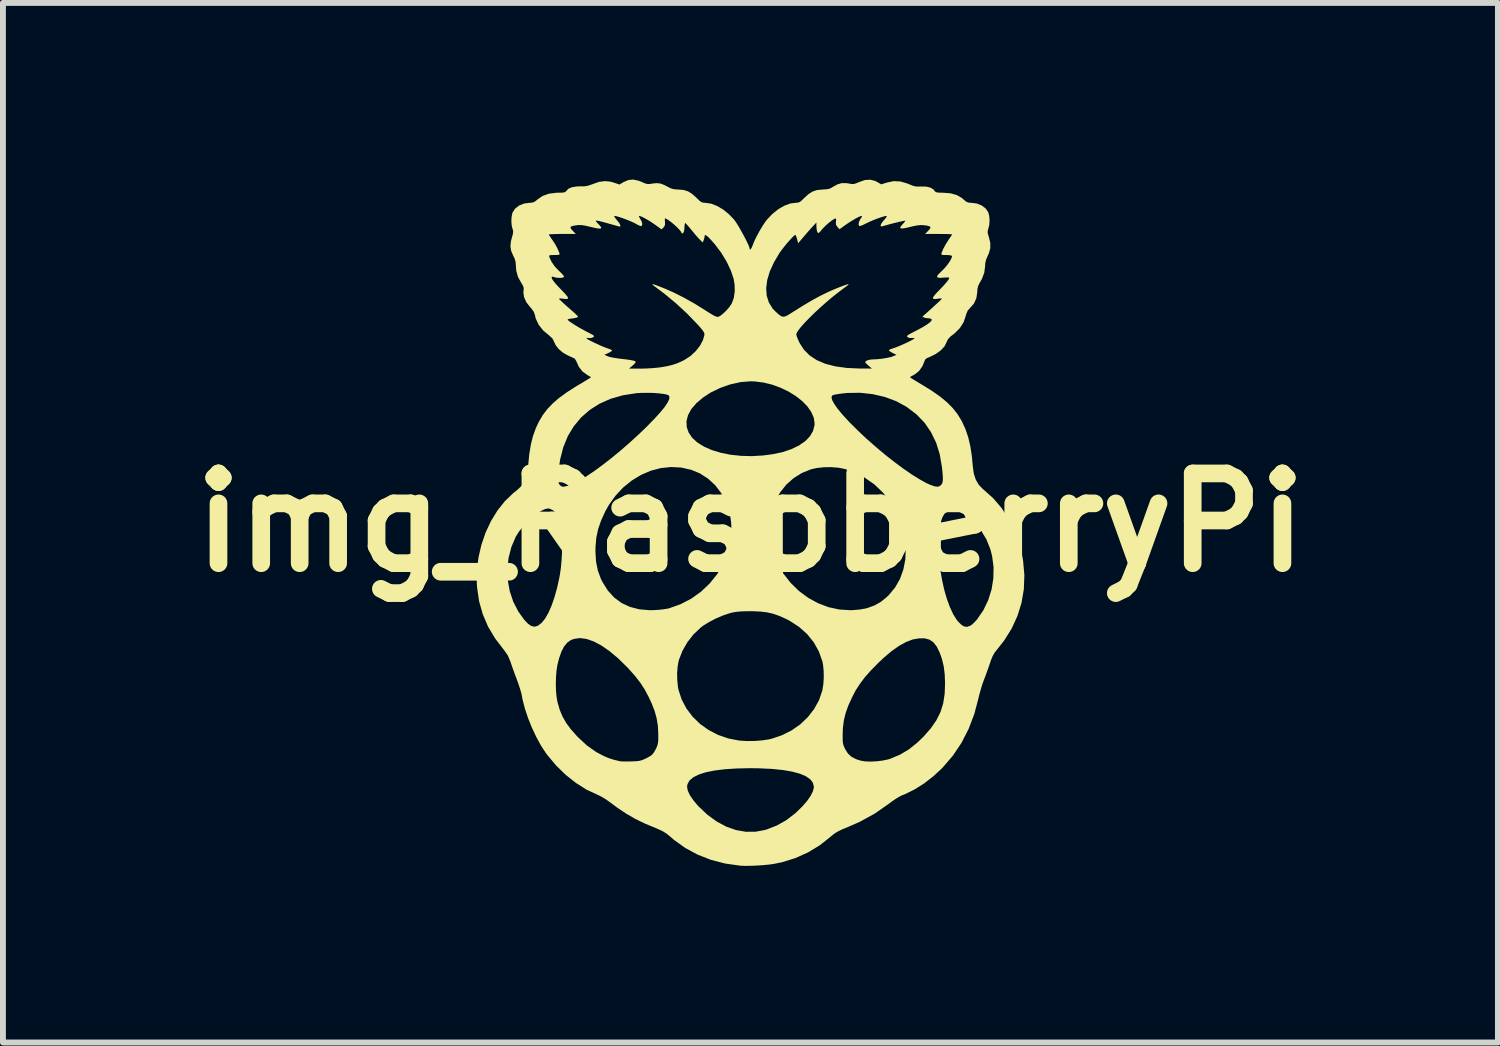
<source format=kicad_pcb>
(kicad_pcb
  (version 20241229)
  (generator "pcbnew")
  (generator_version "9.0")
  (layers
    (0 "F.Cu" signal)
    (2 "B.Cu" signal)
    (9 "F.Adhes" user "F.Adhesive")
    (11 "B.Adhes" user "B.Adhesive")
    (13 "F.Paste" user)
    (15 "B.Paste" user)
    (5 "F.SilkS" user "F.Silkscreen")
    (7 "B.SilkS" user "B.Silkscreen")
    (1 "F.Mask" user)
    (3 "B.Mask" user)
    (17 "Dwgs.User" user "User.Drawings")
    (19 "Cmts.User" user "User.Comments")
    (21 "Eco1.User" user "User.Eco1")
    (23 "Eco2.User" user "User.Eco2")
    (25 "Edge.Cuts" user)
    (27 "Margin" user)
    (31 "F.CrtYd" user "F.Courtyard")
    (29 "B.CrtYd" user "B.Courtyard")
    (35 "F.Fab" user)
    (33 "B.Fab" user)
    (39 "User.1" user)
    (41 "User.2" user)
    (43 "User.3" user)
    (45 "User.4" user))
  (footprint "img_RaspberryPi"
    (layer "F.Cu")
    (at 9.696 5.826)
    (property "Reference" "img_RaspberryPi" (at 0 0 0) (layer "F.SilkS") (effects (font (size 1.524 1.524) (thickness 0.3))))
    (attr board_only exclude_from_pos_files exclude_from_bom)
    (fp_poly (pts (xy -1.898 -5.806) (xy -1.846 -5.785) (xy -1.792 -5.762) (xy -1.753 -5.751) (xy -1.713 -5.751) (xy -1.667 -5.758) (xy -1.594 -5.766) (xy -1.529 -5.759) (xy -1.462 -5.733) (xy -1.403 -5.702) (xy -1.353 -5.677) (xy -1.303 -5.663) (xy -1.239 -5.657) (xy -1.222 -5.657) (xy -1.134 -5.649) (xy -1.06 -5.626) (xy -0.991 -5.583) (xy -0.918 -5.518) (xy -0.911 -5.511) (xy -0.868 -5.469) (xy -0.836 -5.445) (xy -0.805 -5.434) (xy -0.767 -5.431) (xy -0.763 -5.431) (xy -0.668 -5.417) (xy -0.567 -5.378) (xy -0.463 -5.317) (xy -0.365 -5.237) (xy -0.278 -5.146) (xy -0.248 -5.104) (xy -0.21 -5.045) (xy -0.169 -4.974) (xy -0.127 -4.899) (xy -0.088 -4.825) (xy -0.054 -4.757) (xy -0.029 -4.702) (xy -0.017 -4.666) (xy -0.016 -4.658) (xy -0.01 -4.638) (xy 0.004 -4.643) (xy 0.02 -4.668) (xy 0.032 -4.696) (xy 0.059 -4.766) (xy 0.099 -4.851) (xy 0.148 -4.942) (xy 0.2 -5.03) (xy 0.249 -5.105) (xy 0.279 -5.144) (xy 0.371 -5.241) (xy 0.471 -5.322) (xy 0.575 -5.382) (xy 0.678 -5.42) (xy 0.763 -5.431) (xy 0.803 -5.434) (xy 0.834 -5.444) (xy 0.865 -5.466) (xy 0.907 -5.507) (xy 0.911 -5.511) (xy 0.984 -5.578) (xy 1.053 -5.622) (xy 1.125 -5.647) (xy 1.211 -5.656) (xy 1.224 -5.657) (xy 1.291 -5.661) (xy 1.339 -5.67) (xy 1.38 -5.689) (xy 1.395 -5.699) (xy 1.476 -5.744) (xy 1.55 -5.766) (xy 1.627 -5.766) (xy 1.664 -5.76) (xy 1.716 -5.751) (xy 1.755 -5.751) (xy 1.794 -5.762) (xy 1.843 -5.783) (xy 1.943 -5.818) (xy 2.034 -5.824) (xy 2.117 -5.803) (xy 2.151 -5.786) (xy 2.221 -5.745) (xy 2.32 -5.776) (xy 2.434 -5.799) (xy 2.546 -5.794) (xy 2.662 -5.76) (xy 2.696 -5.746) (xy 2.758 -5.721) (xy 2.807 -5.709) (xy 2.861 -5.707) (xy 2.89 -5.708) (xy 2.983 -5.707) (xy 3.058 -5.689) (xy 3.111 -5.656) (xy 3.123 -5.64) (xy 3.138 -5.621) (xy 3.158 -5.61) (xy 3.19 -5.605) (xy 3.243 -5.603) (xy 3.268 -5.603) (xy 3.398 -5.593) (xy 3.505 -5.563) (xy 3.592 -5.512) (xy 3.616 -5.491) (xy 3.659 -5.454) (xy 3.697 -5.436) (xy 3.74 -5.432) (xy 3.742 -5.432) (xy 3.842 -5.42) (xy 3.928 -5.386) (xy 3.996 -5.334) (xy 4.041 -5.266) (xy 4.041 -5.266) (xy 4.056 -5.203) (xy 4.061 -5.126) (xy 4.054 -5.047) (xy 4.04 -4.993) (xy 4.029 -4.955) (xy 4.029 -4.92) (xy 4.041 -4.875) (xy 4.048 -4.853) (xy 4.073 -4.752) (xy 4.073 -4.661) (xy 4.048 -4.571) (xy 4.031 -4.535) (xy 4.001 -4.464) (xy 3.987 -4.4) (xy 3.985 -4.354) (xy 3.971 -4.246) (xy 3.931 -4.138) (xy 3.892 -4.07) (xy 3.866 -4.019) (xy 3.854 -3.962) (xy 3.852 -3.914) (xy 3.836 -3.809) (xy 3.794 -3.718) (xy 3.73 -3.646) (xy 3.689 -3.6) (xy 3.665 -3.542) (xy 3.659 -3.519) (xy 3.621 -3.405) (xy 3.557 -3.304) (xy 3.465 -3.212) (xy 3.4 -3.163) (xy 3.355 -3.116) (xy 3.333 -3.069) (xy 3.296 -2.994) (xy 3.231 -2.924) (xy 3.144 -2.862) (xy 3.038 -2.81) (xy 3 -2.796) (xy 2.971 -2.774) (xy 2.963 -2.759) (xy 2.92 -2.655) (xy 2.864 -2.576) (xy 2.792 -2.518) (xy 2.768 -2.505) (xy 2.731 -2.485) (xy 2.71 -2.471) (xy 2.708 -2.469) (xy 2.721 -2.46) (xy 2.756 -2.437) (xy 2.809 -2.405) (xy 2.875 -2.365) (xy 2.924 -2.336) (xy 3.088 -2.234) (xy 3.225 -2.137) (xy 3.339 -2.043) (xy 3.435 -1.946) (xy 3.514 -1.846) (xy 3.581 -1.737) (xy 3.594 -1.713) (xy 3.653 -1.584) (xy 3.699 -1.448) (xy 3.734 -1.298) (xy 3.76 -1.129) (xy 3.775 -0.967) (xy 3.792 -0.837) (xy 3.826 -0.731) (xy 3.877 -0.643) (xy 3.948 -0.569) (xy 3.966 -0.554) (xy 4.124 -0.413) (xy 4.265 -0.248) (xy 4.386 -0.062) (xy 4.487 0.143) (xy 4.566 0.362) (xy 4.621 0.594) (xy 4.631 0.654) (xy 4.652 0.894) (xy 4.643 1.131) (xy 4.604 1.361) (xy 4.535 1.584) (xy 4.437 1.798) (xy 4.311 2) (xy 4.19 2.154) (xy 4.146 2.209) (xy 4.113 2.268) (xy 4.083 2.341) (xy 4.072 2.375) (xy 4.045 2.454) (xy 4.012 2.546) (xy 3.979 2.636) (xy 3.966 2.669) (xy 3.935 2.755) (xy 3.906 2.853) (xy 3.881 2.944) (xy 3.874 2.976) (xy 3.803 3.247) (xy 3.706 3.502) (xy 3.585 3.739) (xy 3.438 3.958) (xy 3.267 4.157) (xy 3.253 4.172) (xy 3.105 4.309) (xy 2.948 4.431) (xy 2.787 4.532) (xy 2.629 4.61) (xy 2.576 4.631) (xy 2.533 4.652) (xy 2.473 4.688) (xy 2.406 4.733) (xy 2.342 4.781) (xy 2.111 4.942) (xy 1.858 5.081) (xy 1.658 5.169) (xy 1.568 5.206) (xy 1.501 5.237) (xy 1.449 5.267) (xy 1.403 5.299) (xy 1.362 5.334) (xy 1.179 5.479) (xy 0.978 5.601) (xy 0.762 5.698) (xy 0.537 5.768) (xy 0.405 5.795) (xy 0.316 5.808) (xy 0.211 5.818) (xy 0.1 5.825) (xy -0.008 5.829) (xy -0.103 5.83) (xy -0.171 5.827) (xy -0.428 5.791) (xy -0.67 5.728) (xy -0.896 5.64) (xy -1.106 5.527) (xy -1.297 5.39) (xy -1.363 5.333) (xy -1.428 5.28) (xy -1.497 5.238) (xy -1.581 5.2) (xy -1.596 5.193) (xy -1.787 5.114) (xy -1.955 5.033) (xy -2.109 4.944) (xy -2.259 4.844) (xy -2.358 4.77) (xy -2.46 4.697) (xy -2.555 4.642) (xy -2.607 4.618) (xy -2.787 4.534) (xy -2.856 4.49) (xy -1.077 4.49) (xy -1.064 4.554) (xy -1.028 4.631) (xy -0.969 4.717) (xy -0.891 4.81) (xy -0.881 4.821) (xy -0.73 4.963) (xy -0.573 5.077) (xy -0.411 5.164) (xy -0.245 5.222) (xy -0.079 5.251) (xy 0.088 5.25) (xy 0.252 5.219) (xy 0.272 5.213) (xy 0.447 5.145) (xy 0.609 5.054) (xy 0.762 4.936) (xy 0.881 4.821) (xy 0.961 4.728) (xy 1.022 4.641) (xy 1.061 4.562) (xy 1.077 4.497) (xy 1.077 4.49) (xy 1.062 4.421) (xy 1.017 4.361) (xy 0.943 4.309) (xy 0.84 4.265) (xy 0.708 4.229) (xy 0.548 4.202) (xy 0.36 4.183) (xy 0.144 4.173) (xy -0.01 4.171) (xy -0.237 4.176) (xy -0.438 4.189) (xy -0.613 4.211) (xy -0.761 4.241) (xy -0.881 4.28) (xy -0.973 4.327) (xy -1.037 4.382) (xy -1.071 4.445) (xy -1.077 4.49) (xy -2.856 4.49) (xy -2.965 4.421) (xy -3.138 4.284) (xy -3.301 4.125) (xy -3.45 3.947) (xy -3.475 3.914) (xy -3.556 3.79) (xy -3.636 3.644) (xy -3.711 3.485) (xy -3.777 3.321) (xy -3.831 3.16) (xy -3.87 3.009) (xy -3.884 2.934) (xy -3.894 2.889) (xy -3.913 2.824) (xy -3.938 2.749) (xy -3.306 2.749) (xy -3.302 2.869) (xy -3.291 2.976) (xy -3.277 3.05) (xy -3.24 3.179) (xy -3.192 3.293) (xy -3.131 3.401) (xy -3.051 3.509) (xy -2.95 3.623) (xy -2.93 3.644) (xy -2.777 3.786) (xy -2.618 3.898) (xy -2.486 3.967) (xy -2.428 3.992) (xy -2.372 4.012) (xy -2.308 4.031) (xy -2.224 4.051) (xy -2.218 4.053) (xy -2.19 4.056) (xy -2.138 4.057) (xy -2.073 4.057) (xy -2.027 4.056) (xy -1.951 4.053) (xy -1.896 4.048) (xy -1.853 4.038) (xy -1.81 4.021) (xy -1.763 3.999) (xy -1.706 3.968) (xy -1.669 3.94) (xy -1.641 3.906) (xy -1.613 3.857) (xy -1.611 3.853) (xy -1.591 3.811) (xy -1.578 3.776) (xy -1.57 3.739) (xy -1.566 3.692) (xy -1.566 3.626) (xy -1.566 3.581) (xy -1.573 3.449) (xy -1.593 3.326) (xy -1.627 3.201) (xy -1.679 3.068) (xy -1.728 2.963) (xy -1.796 2.835) (xy -1.874 2.715) (xy -1.969 2.594) (xy -1.997 2.563) (xy -1.246 2.563) (xy -1.243 2.68) (xy -1.232 2.789) (xy -1.222 2.84) (xy -1.169 3.004) (xy -1.088 3.157) (xy -0.983 3.296) (xy -0.857 3.418) (xy -0.712 3.522) (xy -0.55 3.606) (xy -0.376 3.666) (xy -0.19 3.702) (xy -0.187 3.702) (xy -0.065 3.71) (xy 0.068 3.709) (xy 0.199 3.699) (xy 0.317 3.681) (xy 0.355 3.672) (xy 0.392 3.66) (xy 1.566 3.66) (xy 1.567 3.716) (xy 1.573 3.757) (xy 1.583 3.792) (xy 1.6 3.83) (xy 1.611 3.853) (xy 1.657 3.924) (xy 1.717 3.978) (xy 1.797 4.019) (xy 1.868 4.042) (xy 1.943 4.055) (xy 2.038 4.059) (xy 2.143 4.054) (xy 2.247 4.041) (xy 2.342 4.021) (xy 2.38 4.009) (xy 2.541 3.941) (xy 2.69 3.852) (xy 2.834 3.737) (xy 2.942 3.632) (xy 3.064 3.493) (xy 3.158 3.357) (xy 3.227 3.218) (xy 3.273 3.072) (xy 3.298 2.911) (xy 3.305 2.731) (xy 3.299 2.575) (xy 3.282 2.439) (xy 3.252 2.315) (xy 3.214 2.208) (xy 3.165 2.107) (xy 3.108 2.034) (xy 3.041 1.988) (xy 2.961 1.966) (xy 2.868 1.965) (xy 2.758 1.984) (xy 2.644 2.027) (xy 2.524 2.093) (xy 2.396 2.183) (xy 2.259 2.3) (xy 2.173 2.381) (xy 2.048 2.508) (xy 1.944 2.625) (xy 1.859 2.738) (xy 1.786 2.851) (xy 1.728 2.963) (xy 1.662 3.107) (xy 1.616 3.237) (xy 1.586 3.36) (xy 1.57 3.485) (xy 1.566 3.581) (xy 1.566 3.66) (xy 0.392 3.66) (xy 0.534 3.612) (xy 0.699 3.529) (xy 0.847 3.426) (xy 0.975 3.303) (xy 1.082 3.165) (xy 1.165 3.014) (xy 1.22 2.852) (xy 1.222 2.842) (xy 1.238 2.744) (xy 1.245 2.632) (xy 1.243 2.519) (xy 1.233 2.415) (xy 1.222 2.358) (xy 1.162 2.189) (xy 1.075 2.033) (xy 0.962 1.893) (xy 0.825 1.771) (xy 0.665 1.667) (xy 0.615 1.641) (xy 0.499 1.588) (xy 0.392 1.55) (xy 0.286 1.525) (xy 0.17 1.511) (xy 0.036 1.505) (xy 0 1.505) (xy -0.103 1.506) (xy -0.183 1.51) (xy -0.249 1.517) (xy -0.31 1.528) (xy -0.35 1.538) (xy -0.461 1.575) (xy -0.58 1.625) (xy -0.696 1.685) (xy -0.798 1.747) (xy -0.843 1.781) (xy -0.965 1.896) (xy -1.071 2.031) (xy -1.156 2.179) (xy -1.216 2.334) (xy -1.222 2.358) (xy -1.238 2.452) (xy -1.246 2.563) (xy -1.997 2.563) (xy -2.083 2.467) (xy -2.097 2.453) (xy -2.248 2.305) (xy -2.394 2.183) (xy -2.532 2.087) (xy -2.663 2.018) (xy -2.784 1.976) (xy -2.896 1.961) (xy -2.997 1.975) (xy -3.051 1.996) (xy -3.112 2.039) (xy -3.165 2.103) (xy -3.21 2.19) (xy -3.25 2.303) (xy -3.279 2.419) (xy -3.294 2.514) (xy -3.303 2.628) (xy -3.306 2.749) (xy -3.938 2.749) (xy -3.938 2.747) (xy -3.967 2.667) (xy -3.969 2.661) (xy -4.001 2.577) (xy -4.032 2.491) (xy -4.059 2.415) (xy -4.078 2.358) (xy -4.12 2.259) (xy -4.18 2.171) (xy -4.187 2.163) (xy -4.337 1.967) (xy -4.457 1.766) (xy -4.547 1.555) (xy -4.609 1.335) (xy -4.643 1.103) (xy -4.648 1.027) (xy -4.646 0.807) (xy -4.644 0.791) (xy -4.129 0.791) (xy -4.122 0.98) (xy -4.088 1.165) (xy -4.029 1.343) (xy -3.943 1.51) (xy -3.84 1.653) (xy -3.776 1.72) (xy -3.718 1.758) (xy -3.663 1.768) (xy -3.608 1.75) (xy -3.549 1.705) (xy -3.544 1.7) (xy -3.487 1.629) (xy -3.431 1.531) (xy -3.377 1.408) (xy -3.328 1.265) (xy -3.283 1.104) (xy -3.245 0.93) (xy -3.236 0.878) (xy -3.22 0.77) (xy -3.209 0.649) (xy -3.201 0.519) (xy -3.201 0.49) (xy -2.633 0.49) (xy -2.623 0.66) (xy -2.593 0.812) (xy -2.54 0.956) (xy -2.512 1.012) (xy -2.421 1.156) (xy -2.313 1.274) (xy -2.188 1.366) (xy -2.046 1.432) (xy -1.887 1.473) (xy -1.71 1.488) (xy -1.634 1.486) (xy -1.554 1.481) (xy -1.476 1.472) (xy -1.41 1.462) (xy -1.384 1.456) (xy -1.189 1.387) (xy -1.008 1.293) (xy -0.841 1.174) (xy -0.693 1.034) (xy -0.565 0.875) (xy -0.461 0.701) (xy -0.382 0.513) (xy -0.357 0.428) (xy -0.333 0.3) (xy -0.323 0.156) (xy -0.324 0.125) (xy 0.318 0.125) (xy 0.332 0.303) (xy 0.374 0.483) (xy 0.383 0.511) (xy 0.46 0.698) (xy 0.561 0.869) (xy 0.683 1.024) (xy 0.823 1.161) (xy 0.978 1.276) (xy 1.146 1.368) (xy 1.324 1.436) (xy 1.509 1.476) (xy 1.698 1.488) (xy 1.728 1.487) (xy 1.85 1.477) (xy 1.954 1.459) (xy 1.994 1.448) (xy 2.111 1.405) (xy 2.21 1.349) (xy 2.303 1.275) (xy 2.35 1.231) (xy 2.457 1.101) (xy 2.54 0.955) (xy 2.597 0.796) (xy 2.63 0.626) (xy 2.637 0.449) (xy 2.637 0.442) (xy 3.194 0.442) (xy 3.203 0.617) (xy 3.223 0.794) (xy 3.253 0.969) (xy 3.29 1.137) (xy 3.335 1.294) (xy 3.387 1.435) (xy 3.443 1.556) (xy 3.503 1.652) (xy 3.529 1.683) (xy 3.585 1.738) (xy 3.634 1.766) (xy 3.681 1.77) (xy 3.733 1.752) (xy 3.735 1.751) (xy 3.768 1.727) (xy 3.81 1.687) (xy 3.85 1.642) (xy 3.956 1.488) (xy 4.038 1.317) (xy 4.095 1.136) (xy 4.125 0.947) (xy 4.129 0.756) (xy 4.104 0.567) (xy 4.076 0.457) (xy 4.006 0.282) (xy 3.91 0.123) (xy 3.788 -0.019) (xy 3.642 -0.142) (xy 3.587 -0.179) (xy 3.51 -0.221) (xy 3.446 -0.238) (xy 3.39 -0.23) (xy 3.35 -0.208) (xy 3.299 -0.157) (xy 3.259 -0.088) (xy 3.229 0.002) (xy 3.209 0.117) (xy 3.196 0.258) (xy 3.195 0.274) (xy 3.194 0.442) (xy 2.637 0.442) (xy 2.62 0.267) (xy 2.577 0.083) (xy 2.509 -0.101) (xy 2.416 -0.281) (xy 2.372 -0.352) (xy 2.249 -0.511) (xy 2.103 -0.65) (xy 1.937 -0.766) (xy 1.754 -0.858) (xy 1.603 -0.911) (xy 1.497 -0.932) (xy 1.373 -0.942) (xy 1.245 -0.94) (xy 1.123 -0.927) (xy 1.027 -0.905) (xy 0.87 -0.841) (xy 0.73 -0.753) (xy 0.608 -0.644) (xy 0.506 -0.516) (xy 0.425 -0.372) (xy 0.365 -0.216) (xy 0.329 -0.049) (xy 0.318 0.125) (xy -0.324 0.125) (xy -0.327 0.009) (xy -0.345 -0.128) (xy -0.356 -0.179) (xy -0.415 -0.349) (xy -0.497 -0.502) (xy -0.6 -0.636) (xy -0.722 -0.748) (xy -0.861 -0.837) (xy -1.004 -0.896) (xy -1.175 -0.935) (xy -1.35 -0.944) (xy -1.523 -0.926) (xy -1.694 -0.881) (xy -1.859 -0.81) (xy -2.015 -0.715) (xy -2.16 -0.598) (xy -2.29 -0.46) (xy -2.404 -0.301) (xy -2.464 -0.195) (xy -2.536 -0.038) (xy -2.587 0.109) (xy -2.618 0.256) (xy -2.632 0.412) (xy -2.633 0.49) (xy -3.201 0.49) (xy -3.198 0.39) (xy -3.199 0.267) (xy -3.204 0.157) (xy -3.214 0.068) (xy -3.22 0.037) (xy -3.251 -0.067) (xy -3.295 -0.149) (xy -3.348 -0.206) (xy -3.409 -0.236) (xy -3.444 -0.24) (xy -3.497 -0.227) (xy -3.563 -0.194) (xy -3.638 -0.143) (xy -3.718 -0.078) (xy -3.796 -0.004) (xy -3.869 0.075) (xy -3.933 0.155) (xy -3.982 0.233) (xy -3.987 0.241) (xy -4.062 0.418) (xy -4.109 0.602) (xy -4.129 0.791) (xy -4.644 0.791) (xy -4.619 0.589) (xy -4.569 0.374) (xy -4.498 0.168) (xy -4.407 -0.026) (xy -4.298 -0.204) (xy -4.172 -0.363) (xy -4.032 -0.498) (xy -3.977 -0.541) (xy -3.9 -0.611) (xy -3.843 -0.693) (xy -3.814 -0.766) (xy -3.267 -0.766) (xy -3.266 -0.712) (xy -3.259 -0.675) (xy -3.246 -0.648) (xy -3.237 -0.638) (xy -3.214 -0.618) (xy -3.19 -0.609) (xy -3.156 -0.612) (xy -3.104 -0.625) (xy -3.087 -0.63) (xy -3.002 -0.663) (xy -2.899 -0.717) (xy -2.78 -0.79) (xy -2.649 -0.878) (xy -2.509 -0.981) (xy -2.361 -1.096) (xy -2.209 -1.221) (xy -2.057 -1.353) (xy -1.906 -1.491) (xy -1.759 -1.632) (xy -1.757 -1.634) (xy -1.671 -1.723) (xy -1.087 -1.723) (xy -1.082 -1.622) (xy -1.049 -1.528) (xy -0.988 -1.439) (xy -0.9 -1.359) (xy -0.788 -1.29) (xy -0.656 -1.232) (xy -0.505 -1.186) (xy -0.34 -1.153) (xy -0.164 -1.134) (xy 0.021 -1.129) (xy 0.212 -1.14) (xy 0.38 -1.162) (xy 0.549 -1.198) (xy 0.698 -1.249) (xy 0.826 -1.311) (xy 0.931 -1.384) (xy 1.01 -1.466) (xy 1.063 -1.557) (xy 1.088 -1.655) (xy 1.089 -1.688) (xy 1.074 -1.785) (xy 1.031 -1.882) (xy 0.964 -1.977) (xy 0.875 -2.067) (xy 0.795 -2.13) (xy 1.376 -2.13) (xy 1.387 -2.082) (xy 1.422 -2.017) (xy 1.478 -1.937) (xy 1.556 -1.842) (xy 1.655 -1.733) (xy 1.688 -1.698) (xy 1.827 -1.56) (xy 1.975 -1.421) (xy 2.13 -1.285) (xy 2.286 -1.154) (xy 2.442 -1.031) (xy 2.593 -0.919) (xy 2.736 -0.82) (xy 2.868 -0.738) (xy 2.984 -0.673) (xy 3.05 -0.643) (xy 3.121 -0.618) (xy 3.171 -0.609) (xy 3.209 -0.617) (xy 3.237 -0.638) (xy 3.254 -0.661) (xy 3.264 -0.692) (xy 3.268 -0.737) (xy 3.266 -0.801) (xy 3.258 -0.888) (xy 3.252 -0.942) (xy 3.215 -1.159) (xy 3.153 -1.358) (xy 3.066 -1.537) (xy 2.956 -1.697) (xy 2.82 -1.838) (xy 2.66 -1.96) (xy 2.653 -1.965) (xy 2.478 -2.061) (xy 2.286 -2.133) (xy 2.08 -2.181) (xy 1.866 -2.205) (xy 1.648 -2.202) (xy 1.585 -2.196) (xy 1.512 -2.187) (xy 1.451 -2.177) (xy 1.407 -2.167) (xy 1.389 -2.16) (xy 1.376 -2.13) (xy 0.795 -2.13) (xy 0.768 -2.151) (xy 0.646 -2.226) (xy 0.513 -2.29) (xy 0.372 -2.342) (xy 0.226 -2.378) (xy 0.078 -2.397) (xy 0.001 -2.4) (xy -0.169 -2.386) (xy -0.344 -2.347) (xy -0.518 -2.286) (xy -0.68 -2.207) (xy -0.806 -2.124) (xy -0.921 -2.026) (xy -1.006 -1.926) (xy -1.061 -1.824) (xy -1.087 -1.723) (xy -1.671 -1.723) (xy -1.632 -1.762) (xy -1.532 -1.872) (xy -1.456 -1.965) (xy -1.406 -2.041) (xy -1.379 -2.099) (xy -1.377 -2.141) (xy -1.39 -2.161) (xy -1.422 -2.175) (xy -1.479 -2.186) (xy -1.555 -2.195) (xy -1.644 -2.202) (xy -1.74 -2.204) (xy -1.836 -2.204) (xy -1.926 -2.199) (xy -1.945 -2.197) (xy -2.17 -2.162) (xy -2.377 -2.102) (xy -2.564 -2.019) (xy -2.731 -1.913) (xy -2.877 -1.785) (xy -3.001 -1.636) (xy -3.103 -1.467) (xy -3.18 -1.278) (xy -3.233 -1.071) (xy -3.252 -0.942) (xy -3.263 -0.841) (xy -3.267 -0.766) (xy -3.814 -0.766) (xy -3.803 -0.792) (xy -3.78 -0.913) (xy -3.775 -0.974) (xy -3.757 -1.162) (xy -3.73 -1.326) (xy -3.693 -1.472) (xy -3.644 -1.607) (xy -3.594 -1.713) (xy -3.529 -1.824) (xy -3.452 -1.926) (xy -3.361 -2.022) (xy -3.251 -2.117) (xy -3.119 -2.213) (xy -2.961 -2.314) (xy -2.924 -2.336) (xy -2.851 -2.379) (xy -2.789 -2.417) (xy -2.742 -2.446) (xy -2.714 -2.464) (xy -2.708 -2.469) (xy -2.721 -2.478) (xy -2.752 -2.496) (xy -2.766 -2.504) (xy -2.852 -2.565) (xy -2.915 -2.647) (xy -2.94 -2.701) (xy -2.961 -2.747) (xy -2.981 -2.78) (xy -2.99 -2.789) (xy -3.015 -2.8) (xy -3.059 -2.82) (xy -3.099 -2.838) (xy -3.183 -2.885) (xy -3.255 -2.946) (xy -3.309 -3.014) (xy -3.333 -3.066) (xy -3.361 -3.124) (xy -3.41 -3.171) (xy -3.415 -3.175) (xy -3.519 -3.262) (xy -3.597 -3.36) (xy -3.647 -3.466) (xy -3.663 -3.533) (xy -3.682 -3.584) (xy -3.726 -3.643) (xy -3.748 -3.667) (xy -3.808 -3.745) (xy -3.845 -3.829) (xy -3.857 -3.911) (xy -3.853 -3.951) (xy -3.851 -3.986) (xy -3.865 -4.026) (xy -3.89 -4.067) (xy -3.948 -4.172) (xy -3.978 -4.278) (xy -3.984 -4.358) (xy -3.989 -4.426) (xy -4.007 -4.487) (xy -4.031 -4.537) (xy -4.065 -4.617) (xy -4.077 -4.694) (xy -4.068 -4.779) (xy -4.049 -4.851) (xy -4.038 -4.893) (xy -3.424 -4.893) (xy -3.416 -4.876) (xy -3.394 -4.843) (xy -3.372 -4.811) (xy -3.32 -4.734) (xy -3.277 -4.654) (xy -3.248 -4.585) (xy -3.246 -4.58) (xy -3.242 -4.56) (xy -3.249 -4.55) (xy -3.274 -4.546) (xy -3.322 -4.545) (xy -3.331 -4.545) (xy -3.383 -4.544) (xy -3.41 -4.54) (xy -3.419 -4.531) (xy -3.417 -4.513) (xy -3.416 -4.51) (xy -3.38 -4.431) (xy -3.322 -4.348) (xy -3.246 -4.269) (xy -3.243 -4.267) (xy -3.203 -4.228) (xy -3.175 -4.195) (xy -3.166 -4.174) (xy -3.166 -4.172) (xy -3.189 -4.161) (xy -3.231 -4.156) (xy -3.281 -4.158) (xy -3.327 -4.167) (xy -3.337 -4.171) (xy -3.368 -4.178) (xy -3.377 -4.169) (xy -3.377 -4.166) (xy -3.371 -4.141) (xy -3.349 -4.107) (xy -3.311 -4.059) (xy -3.253 -3.996) (xy -3.201 -3.942) (xy -3.143 -3.881) (xy -3.109 -3.839) (xy -3.097 -3.812) (xy -3.109 -3.799) (xy -3.143 -3.798) (xy -3.191 -3.804) (xy -3.229 -3.807) (xy -3.251 -3.804) (xy -3.252 -3.802) (xy -3.241 -3.788) (xy -3.21 -3.758) (xy -3.164 -3.715) (xy -3.108 -3.665) (xy -3.09 -3.65) (xy -3.031 -3.598) (xy -2.981 -3.553) (xy -2.946 -3.519) (xy -2.928 -3.5) (xy -2.927 -3.498) (xy -2.941 -3.486) (xy -2.982 -3.474) (xy -3.047 -3.465) (xy -3.084 -3.459) (xy -3.105 -3.452) (xy -3.106 -3.452) (xy -3.099 -3.439) (xy -3.07 -3.414) (xy -3.023 -3.382) (xy -2.963 -3.344) (xy -2.895 -3.304) (xy -2.824 -3.265) (xy -2.787 -3.245) (xy -2.722 -3.212) (xy -2.681 -3.19) (xy -2.661 -3.174) (xy -2.657 -3.163) (xy -2.666 -3.152) (xy -2.67 -3.149) (xy -2.712 -3.134) (xy -2.743 -3.135) (xy -2.774 -3.137) (xy -2.786 -3.13) (xy -2.773 -3.119) (xy -2.737 -3.098) (xy -2.685 -3.071) (xy -2.623 -3.042) (xy -2.558 -3.012) (xy -2.496 -2.985) (xy -2.443 -2.965) (xy -2.416 -2.956) (xy -2.376 -2.941) (xy -2.353 -2.927) (xy -2.35 -2.923) (xy -2.363 -2.909) (xy -2.396 -2.889) (xy -2.416 -2.879) (xy -2.482 -2.85) (xy -2.42 -2.823) (xy -2.38 -2.811) (xy -2.318 -2.799) (xy -2.242 -2.787) (xy -2.166 -2.778) (xy -2.091 -2.769) (xy -2.026 -2.759) (xy -1.979 -2.749) (xy -1.956 -2.741) (xy -1.956 -2.74) (xy -1.951 -2.724) (xy -1.966 -2.701) (xy -2 -2.669) (xy -2.062 -2.616) (xy -1.868 -2.615) (xy -1.774 -2.617) (xy -1.674 -2.623) (xy -1.582 -2.631) (xy -1.525 -2.638) (xy -1.414 -2.657) (xy -1.324 -2.679) (xy -1.243 -2.706) (xy -1.162 -2.742) (xy -1.12 -2.764) (xy -1.02 -2.829) (xy -0.931 -2.911) (xy -0.858 -3.003) (xy -0.807 -3.1) (xy -0.783 -3.182) (xy -0.782 -3.205) (xy -0.789 -3.228) (xy -0.806 -3.257) (xy -0.838 -3.297) (xy -0.887 -3.353) (xy -0.903 -3.37) (xy -1.074 -3.548) (xy -1.261 -3.721) (xy -1.454 -3.882) (xy -1.58 -3.977) (xy -1.629 -4.013) (xy -1.659 -4.037) (xy -1.667 -4.049) (xy -1.653 -4.049) (xy -1.616 -4.037) (xy -1.552 -4.013) (xy -1.461 -3.977) (xy -1.46 -3.977) (xy -1.302 -3.907) (xy -1.129 -3.82) (xy -0.951 -3.72) (xy -0.775 -3.611) (xy -0.759 -3.6) (xy -0.676 -3.548) (xy -0.616 -3.513) (xy -0.574 -3.496) (xy -0.55 -3.493) (xy -0.511 -3.513) (xy -0.462 -3.552) (xy -0.41 -3.602) (xy -0.361 -3.658) (xy -0.324 -3.712) (xy -0.316 -3.726) (xy -0.282 -3.819) (xy -0.267 -3.929) (xy -0.268 -3.98) (xy 0.267 -3.98) (xy 0.276 -3.853) (xy 0.313 -3.738) (xy 0.376 -3.636) (xy 0.427 -3.583) (xy 0.479 -3.536) (xy 0.519 -3.507) (xy 0.555 -3.496) (xy 0.593 -3.503) (xy 0.642 -3.527) (xy 0.708 -3.569) (xy 0.719 -3.576) (xy 0.893 -3.685) (xy 1.048 -3.777) (xy 1.192 -3.855) (xy 1.328 -3.921) (xy 1.463 -3.979) (xy 1.486 -3.988) (xy 1.571 -4.021) (xy 1.629 -4.041) (xy 1.66 -4.05) (xy 1.667 -4.046) (xy 1.651 -4.03) (xy 1.613 -4.001) (xy 1.58 -3.977) (xy 1.482 -3.903) (xy 1.38 -3.822) (xy 1.278 -3.735) (xy 1.178 -3.646) (xy 1.082 -3.557) (xy 0.995 -3.471) (xy 0.919 -3.392) (xy 0.856 -3.321) (xy 0.81 -3.262) (xy 0.783 -3.217) (xy 0.778 -3.197) (xy 0.785 -3.168) (xy 0.803 -3.12) (xy 0.828 -3.064) (xy 0.833 -3.053) (xy 0.907 -2.938) (xy 1.004 -2.84) (xy 1.125 -2.76) (xy 1.27 -2.698) (xy 1.44 -2.654) (xy 1.634 -2.627) (xy 1.855 -2.617) (xy 1.86 -2.617) (xy 2.062 -2.616) (xy 2 -2.67) (xy 1.965 -2.702) (xy 1.95 -2.721) (xy 1.953 -2.735) (xy 1.968 -2.747) (xy 2.002 -2.762) (xy 2.051 -2.77) (xy 2.069 -2.771) (xy 2.149 -2.775) (xy 2.236 -2.784) (xy 2.319 -2.798) (xy 2.389 -2.813) (xy 2.422 -2.825) (xy 2.481 -2.849) (xy 2.415 -2.881) (xy 2.377 -2.903) (xy 2.353 -2.921) (xy 2.35 -2.927) (xy 2.364 -2.939) (xy 2.398 -2.952) (xy 2.416 -2.958) (xy 2.458 -2.972) (xy 2.514 -2.994) (xy 2.577 -3.021) (xy 2.642 -3.05) (xy 2.701 -3.079) (xy 2.749 -3.104) (xy 2.779 -3.123) (xy 2.786 -3.13) (xy 2.773 -3.137) (xy 2.743 -3.135) (xy 2.697 -3.137) (xy 2.67 -3.149) (xy 2.66 -3.159) (xy 2.66 -3.17) (xy 2.674 -3.184) (xy 2.707 -3.204) (xy 2.762 -3.233) (xy 2.81 -3.258) (xy 2.921 -3.317) (xy 3.002 -3.367) (xy 3.055 -3.407) (xy 3.079 -3.438) (xy 3.074 -3.458) (xy 3.039 -3.469) (xy 3.012 -3.471) (xy 2.975 -3.475) (xy 2.943 -3.486) (xy 2.925 -3.498) (xy 2.926 -3.506) (xy 2.95 -3.525) (xy 2.988 -3.558) (xy 3.036 -3.602) (xy 3.09 -3.65) (xy 3.142 -3.698) (xy 3.19 -3.742) (xy 3.227 -3.777) (xy 3.247 -3.797) (xy 3.25 -3.801) (xy 3.24 -3.807) (xy 3.209 -3.806) (xy 3.193 -3.804) (xy 3.138 -3.797) (xy 3.107 -3.8) (xy 3.098 -3.815) (xy 3.112 -3.843) (xy 3.149 -3.888) (xy 3.201 -3.942) (xy 3.279 -4.024) (xy 3.334 -4.087) (xy 3.367 -4.131) (xy 3.377 -4.158) (xy 3.377 -4.158) (xy 3.363 -4.163) (xy 3.326 -4.164) (xy 3.278 -4.161) (xy 3.213 -4.157) (xy 3.177 -4.164) (xy 3.168 -4.181) (xy 3.187 -4.212) (xy 3.233 -4.257) (xy 3.244 -4.268) (xy 3.293 -4.317) (xy 3.341 -4.374) (xy 3.382 -4.432) (xy 3.411 -4.484) (xy 3.424 -4.522) (xy 3.424 -4.525) (xy 3.411 -4.537) (xy 3.371 -4.543) (xy 3.33 -4.545) (xy 3.278 -4.545) (xy 3.251 -4.549) (xy 3.242 -4.559) (xy 3.245 -4.577) (xy 3.246 -4.58) (xy 3.273 -4.646) (xy 3.315 -4.725) (xy 3.365 -4.804) (xy 3.371 -4.813) (xy 3.4 -4.854) (xy 3.419 -4.884) (xy 3.424 -4.895) (xy 3.409 -4.898) (xy 3.369 -4.9) (xy 3.308 -4.902) (xy 3.233 -4.902) (xy 3.195 -4.903) (xy 2.967 -4.903) (xy 3.02 -4.958) (xy 3.05 -4.992) (xy 3.058 -5.016) (xy 3.041 -5.033) (xy 2.997 -5.044) (xy 2.947 -5.051) (xy 2.894 -5.054) (xy 2.834 -5.048) (xy 2.758 -5.033) (xy 2.713 -5.022) (xy 2.631 -5.003) (xy 2.576 -4.995) (xy 2.548 -4.999) (xy 2.544 -5.015) (xy 2.564 -5.044) (xy 2.583 -5.066) (xy 2.612 -5.098) (xy 2.628 -5.122) (xy 2.628 -5.128) (xy 2.612 -5.126) (xy 2.571 -5.118) (xy 2.513 -5.105) (xy 2.444 -5.088) (xy 2.37 -5.069) (xy 2.296 -5.049) (xy 2.237 -5.032) (xy 2.214 -5.032) (xy 2.211 -5.052) (xy 2.227 -5.086) (xy 2.261 -5.13) (xy 2.267 -5.136) (xy 2.297 -5.172) (xy 2.314 -5.199) (xy 2.315 -5.207) (xy 2.296 -5.208) (xy 2.255 -5.197) (xy 2.199 -5.179) (xy 2.134 -5.156) (xy 2.067 -5.129) (xy 2.004 -5.101) (xy 1.963 -5.081) (xy 1.912 -5.056) (xy 1.872 -5.04) (xy 1.851 -5.036) (xy 1.85 -5.036) (xy 1.837 -5.06) (xy 1.841 -5.099) (xy 1.858 -5.142) (xy 1.869 -5.158) (xy 1.889 -5.188) (xy 1.895 -5.207) (xy 1.894 -5.208) (xy 1.876 -5.207) (xy 1.837 -5.191) (xy 1.785 -5.164) (xy 1.724 -5.128) (xy 1.661 -5.088) (xy 1.616 -5.057) (xy 1.513 -4.983) (xy 1.478 -5.02) (xy 1.454 -5.055) (xy 1.45 -5.097) (xy 1.452 -5.112) (xy 1.455 -5.148) (xy 1.45 -5.166) (xy 1.448 -5.167) (xy 1.421 -5.157) (xy 1.38 -5.13) (xy 1.33 -5.091) (xy 1.279 -5.047) (xy 1.235 -5.002) (xy 1.218 -4.983) (xy 1.183 -4.941) (xy 1.161 -4.921) (xy 1.148 -4.918) (xy 1.138 -4.931) (xy 1.137 -4.933) (xy 1.126 -4.967) (xy 1.121 -5.016) (xy 1.12 -5.03) (xy 1.12 -5.097) (xy 1.054 -5.026) (xy 1.012 -4.98) (xy 0.959 -4.92) (xy 0.908 -4.86) (xy 0.899 -4.85) (xy 0.81 -4.745) (xy 0.791 -4.816) (xy 0.778 -4.858) (xy 0.766 -4.883) (xy 0.761 -4.887) (xy 0.743 -4.876) (xy 0.711 -4.844) (xy 0.669 -4.799) (xy 0.621 -4.745) (xy 0.573 -4.686) (xy 0.529 -4.629) (xy 0.494 -4.581) (xy 0.398 -4.419) (xy 0.328 -4.265) (xy 0.284 -4.118) (xy 0.267 -3.98) (xy -0.268 -3.98) (xy -0.27 -4.046) (xy -0.286 -4.14) (xy -0.334 -4.283) (xy -0.405 -4.433) (xy -0.495 -4.581) (xy -0.599 -4.72) (xy -0.667 -4.798) (xy -0.717 -4.849) (xy -0.751 -4.877) (xy -0.77 -4.885) (xy -0.778 -4.874) (xy -0.778 -4.865) (xy -0.783 -4.834) (xy -0.794 -4.8) (xy -0.81 -4.758) (xy -0.853 -4.799) (xy -0.882 -4.829) (xy -0.923 -4.875) (xy -0.97 -4.931) (xy -0.997 -4.964) (xy -1.04 -5.016) (xy -1.076 -5.057) (xy -1.101 -5.083) (xy -1.109 -5.089) (xy -1.116 -5.075) (xy -1.12 -5.04) (xy -1.121 -5.013) (xy -1.126 -4.955) (xy -1.142 -4.92) (xy -1.144 -4.918) (xy -1.163 -4.909) (xy -1.167 -4.914) (xy -1.179 -4.94) (xy -1.21 -4.978) (xy -1.254 -5.023) (xy -1.305 -5.069) (xy -1.358 -5.112) (xy -1.405 -5.146) (xy -1.44 -5.165) (xy -1.451 -5.167) (xy -1.455 -5.154) (xy -1.453 -5.12) (xy -1.452 -5.107) (xy -1.451 -5.06) (xy -1.465 -5.027) (xy -1.477 -5.013) (xy -1.51 -4.98) (xy -1.615 -5.056) (xy -1.676 -5.098) (xy -1.739 -5.138) (xy -1.799 -5.171) (xy -1.848 -5.196) (xy -1.882 -5.208) (xy -1.894 -5.208) (xy -1.891 -5.192) (xy -1.874 -5.161) (xy -1.869 -5.154) (xy -1.845 -5.107) (xy -1.837 -5.066) (xy -1.848 -5.038) (xy -1.851 -5.035) (xy -1.871 -5.038) (xy -1.908 -5.054) (xy -1.941 -5.072) (xy -1.982 -5.094) (xy -2.038 -5.119) (xy -2.103 -5.145) (xy -2.169 -5.17) (xy -2.229 -5.19) (xy -2.278 -5.204) (xy -2.309 -5.209) (xy -2.315 -5.208) (xy -2.31 -5.192) (xy -2.289 -5.162) (xy -2.267 -5.136) (xy -2.233 -5.094) (xy -2.213 -5.057) (xy -2.209 -5.033) (xy -2.219 -5.027) (xy -2.236 -5.031) (xy -2.277 -5.042) (xy -2.337 -5.059) (xy -2.409 -5.079) (xy -2.422 -5.083) (xy -2.495 -5.103) (xy -2.558 -5.119) (xy -2.603 -5.128) (xy -2.625 -5.13) (xy -2.626 -5.13) (xy -2.622 -5.115) (xy -2.599 -5.087) (xy -2.586 -5.074) (xy -2.549 -5.034) (xy -2.534 -5.008) (xy -2.544 -4.995) (xy -2.579 -4.994) (xy -2.641 -5.005) (xy -2.714 -5.022) (xy -2.8 -5.042) (xy -2.867 -5.053) (xy -2.923 -5.054) (xy -2.947 -5.051) (xy -3.012 -5.041) (xy -3.048 -5.029) (xy -3.058 -5.011) (xy -3.044 -4.984) (xy -3.02 -4.958) (xy -2.967 -4.903) (xy -3.195 -4.903) (xy -3.276 -4.902) (xy -3.344 -4.9) (xy -3.394 -4.898) (xy -3.421 -4.895) (xy -3.424 -4.893) (xy -4.038 -4.893) (xy -4.034 -4.906) (xy -4.03 -4.943) (xy -4.035 -4.974) (xy -4.041 -4.988) (xy -4.055 -5.045) (xy -4.061 -5.117) (xy -4.057 -5.191) (xy -4.045 -5.253) (xy -4.041 -5.266) (xy -3.996 -5.334) (xy -3.928 -5.386) (xy -3.842 -5.42) (xy -3.742 -5.432) (xy -3.741 -5.432) (xy -3.694 -5.437) (xy -3.654 -5.457) (xy -3.621 -5.485) (xy -3.533 -5.547) (xy -3.425 -5.586) (xy -3.298 -5.602) (xy -3.268 -5.603) (xy -3.205 -5.604) (xy -3.165 -5.608) (xy -3.142 -5.617) (xy -3.13 -5.632) (xy -3.129 -5.632) (xy -3.092 -5.671) (xy -3.029 -5.697) (xy -2.944 -5.71) (xy -2.89 -5.711) (xy -2.817 -5.712) (xy -2.758 -5.722) (xy -2.696 -5.743) (xy -2.683 -5.748) (xy -2.572 -5.787) (xy -2.471 -5.8) (xy -2.374 -5.79) (xy -2.322 -5.775) (xy -2.225 -5.742) (xy -2.152 -5.785) (xy -2.072 -5.819) (xy -1.989 -5.826)) (stroke (width 0) (type solid)) (fill yes) (layer "F.SilkS")))
  (gr_rect
    (start -3 -3)
    (end 22.391 14.656)
    (stroke (width 0.1) (type default))
    (fill no)
    (layer "Edge.Cuts")))
</source>
